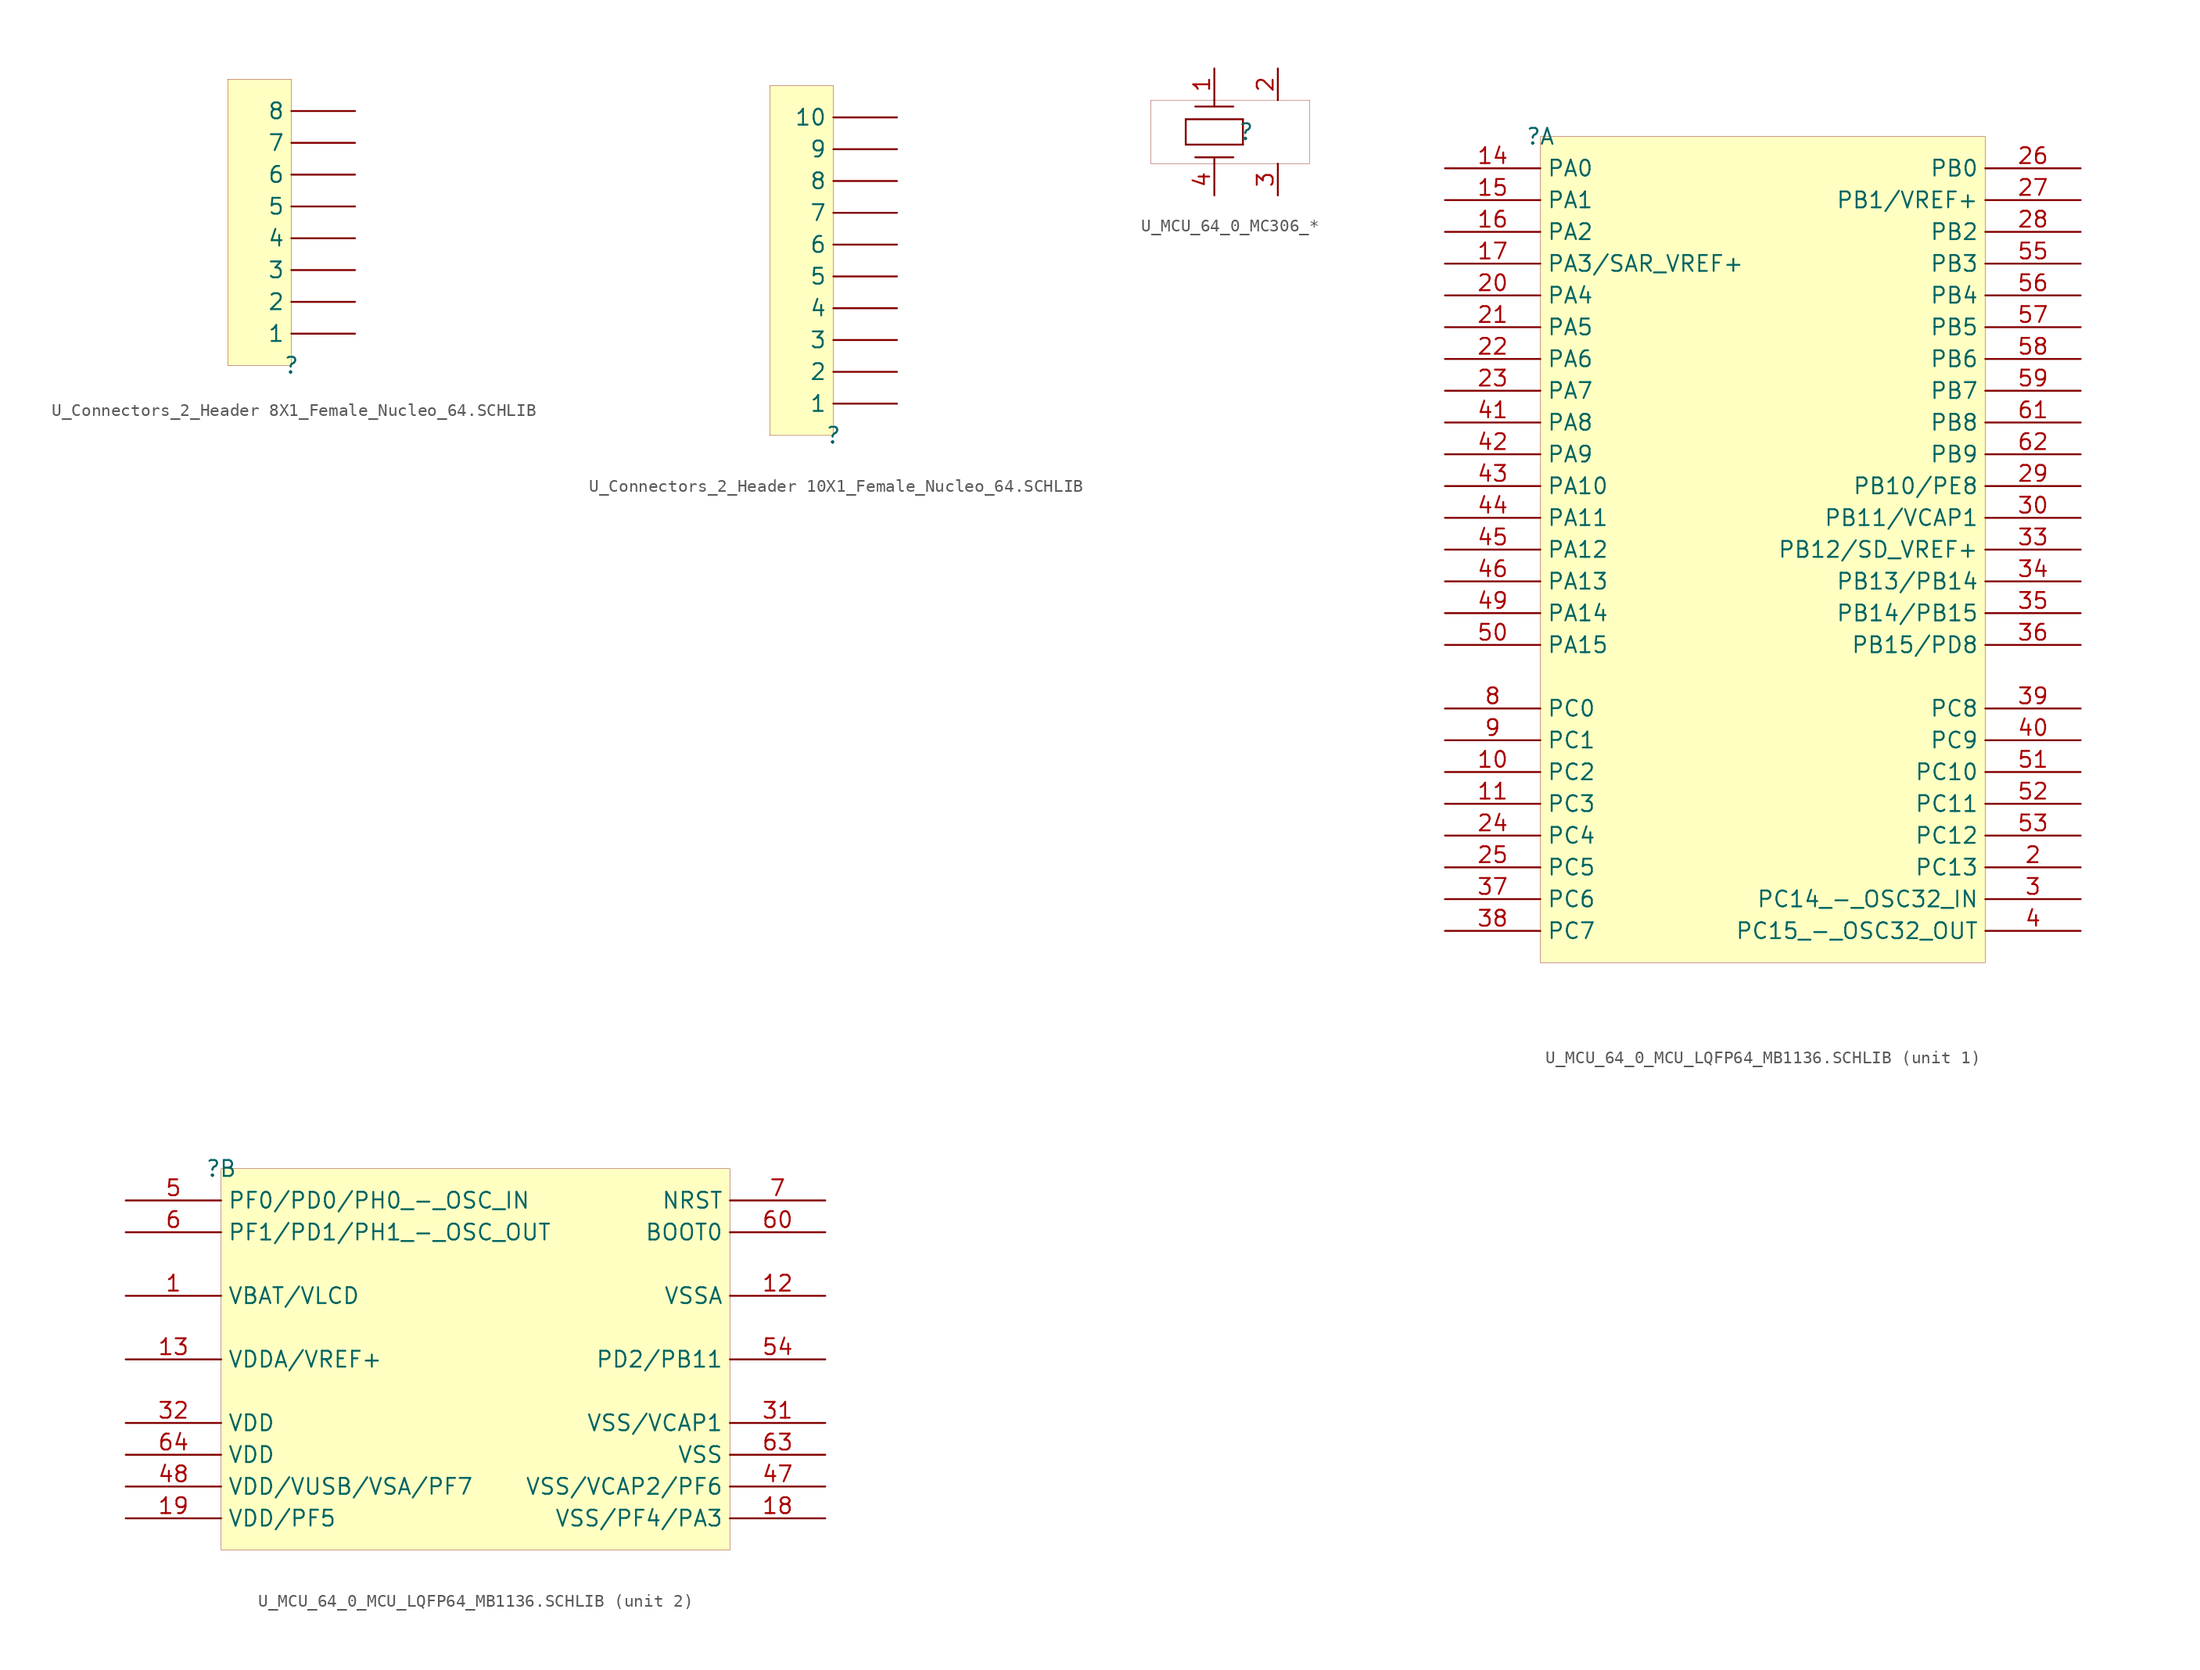
<source format=kicad_sym>
(kicad_symbol_lib
  (version 20241209)
  (generator "kicad_symbol_editor")
  (generator_version "9.0")
  (symbol "U_Connectors_2_Header 8X1_Female_Nucleo_64.SCHLIB"
    (pin_numbers
      (hide yes))
    (property "Reference" ""
      (at 0 0 0)
      (effects (font (size 1.27 1.27))))
    (property "Value" ""
      (at 0 0 0)
      (effects (font (size 1.27 1.27))))
    (symbol "U_Connectors_2_Header 8X1_Female_Nucleo_64.SCHLIB_1_0"
      (rectangle (start 0 22.86) (end -5.08 0) (stroke (width 0.025) (type solid) (color 128 0 0 1)) (fill (type background)))
      (pin passive line (at 5.08 20.32 180) (length 5.08) (name "8" (effects (font (size 1.27 1.27)))) (number "8" (effects (font (size 1.27 1.27)))))
      (pin passive line (at 5.08 17.78 180) (length 5.08) (name "7" (effects (font (size 1.27 1.27)))) (number "7" (effects (font (size 1.27 1.27)))))
      (pin passive line (at 5.08 15.24 180) (length 5.08) (name "6" (effects (font (size 1.27 1.27)))) (number "6" (effects (font (size 1.27 1.27)))))
      (pin passive line (at 5.08 12.7 180) (length 5.08) (name "5" (effects (font (size 1.27 1.27)))) (number "5" (effects (font (size 1.27 1.27)))))
      (pin passive line (at 5.08 10.16 180) (length 5.08) (name "4" (effects (font (size 1.27 1.27)))) (number "4" (effects (font (size 1.27 1.27)))))
      (pin passive line (at 5.08 7.62 180) (length 5.08) (name "3" (effects (font (size 1.27 1.27)))) (number "3" (effects (font (size 1.27 1.27)))))
      (pin passive line (at 5.08 5.08 180) (length 5.08) (name "2" (effects (font (size 1.27 1.27)))) (number "2" (effects (font (size 1.27 1.27)))))
      (pin passive line (at 5.08 2.54 180) (length 5.08) (name "1" (effects (font (size 1.27 1.27)))) (number "1" (effects (font (size 1.27 1.27)))))))
  (symbol "U_Connectors_2_Header 10X1_Female_Nucleo_64.SCHLIB"
    (pin_numbers
      (hide yes))
    (property "Reference" ""
      (at 0 0 0)
      (effects (font (size 1.27 1.27))))
    (property "Value" ""
      (at 0 0 0)
      (effects (font (size 1.27 1.27))))
    (symbol "U_Connectors_2_Header 10X1_Female_Nucleo_64.SCHLIB_1_0"
      (rectangle (start 0 27.94) (end -5.08 0) (stroke (width 0.025) (type solid) (color 128 0 0 1)) (fill (type background)))
      (pin passive line (at 5.08 25.4 180) (length 5.08) (name "10" (effects (font (size 1.27 1.27)))) (number "10" (effects (font (size 1.27 1.27)))))
      (pin passive line (at 5.08 22.86 180) (length 5.08) (name "9" (effects (font (size 1.27 1.27)))) (number "9" (effects (font (size 1.27 1.27)))))
      (pin passive line (at 5.08 20.32 180) (length 5.08) (name "8" (effects (font (size 1.27 1.27)))) (number "8" (effects (font (size 1.27 1.27)))))
      (pin passive line (at 5.08 17.78 180) (length 5.08) (name "7" (effects (font (size 1.27 1.27)))) (number "7" (effects (font (size 1.27 1.27)))))
      (pin passive line (at 5.08 15.24 180) (length 5.08) (name "6" (effects (font (size 1.27 1.27)))) (number "6" (effects (font (size 1.27 1.27)))))
      (pin passive line (at 5.08 12.7 180) (length 5.08) (name "5" (effects (font (size 1.27 1.27)))) (number "5" (effects (font (size 1.27 1.27)))))
      (pin passive line (at 5.08 10.16 180) (length 5.08) (name "4" (effects (font (size 1.27 1.27)))) (number "4" (effects (font (size 1.27 1.27)))))
      (pin passive line (at 5.08 7.62 180) (length 5.08) (name "3" (effects (font (size 1.27 1.27)))) (number "3" (effects (font (size 1.27 1.27)))))
      (pin passive line (at 5.08 5.08 180) (length 5.08) (name "2" (effects (font (size 1.27 1.27)))) (number "2" (effects (font (size 1.27 1.27)))))
      (pin passive line (at 5.08 2.54 180) (length 5.08) (name "1" (effects (font (size 1.27 1.27)))) (number "1" (effects (font (size 1.27 1.27)))))))
  (symbol "U_MCU_64_0_MC306_*"
    (pin_names
      (hide yes))
    (property "Reference" ""
      (at 0 0 0)
      (effects (font (size 1.27 1.27))))
    (property "Value" ""
      (at 0 0 0)
      (effects (font (size 1.27 1.27))))
    (symbol "U_MCU_64_0_MC306_*_1_0"
      (polyline (pts (xy -4.826 1.016) (xy -0.254 1.016)) (stroke (width 0) (type solid)) (fill (type none)))
      (polyline (pts (xy -4.826 -1.016) (xy -4.826 1.016)) (stroke (width 0) (type solid)) (fill (type none)))
      (polyline (pts (xy -4.826 -1.016) (xy -0.254 -1.016)) (stroke (width 0) (type solid)) (fill (type none)))
      (polyline (pts (xy -4.064 2.032) (xy -1.016 2.032)) (stroke (width 0) (type solid)) (fill (type none)))
      (polyline (pts (xy -4.064 -2.032) (xy -1.016 -2.032)) (stroke (width 0) (type solid)) (fill (type none)))
      (polyline (pts (xy -2.54 2.032) (xy -2.54 2.54)) (stroke (width 0) (type solid)) (fill (type none)))
      (polyline (pts (xy -2.54 -2.54) (xy -2.54 -2.032)) (stroke (width 0) (type solid)) (fill (type none)))
      (polyline (pts (xy -0.254 -1.016) (xy -0.254 1.016)) (stroke (width 0) (type solid)) (fill (type none)))
      (rectangle (start 5.08 2.54) (end -7.62 -2.54) (stroke (width 0.025) (type solid) (color 128 0 0 1)) (fill (type none)))
      (pin passive line (at -2.54 5.08 270) (length 2.54) (name "1" (effects (font (size 1.27 1.27)))) (number "1" (effects (font (size 1.27 1.27)))))
      (pin passive line (at -2.54 -5.08 90) (length 2.54) (name "4" (effects (font (size 1.27 1.27)))) (number "4" (effects (font (size 1.27 1.27)))))
      (pin passive line (at 2.54 5.08 270) (length 2.54) (name "2" (effects (font (size 1.27 1.27)))) (number "2" (effects (font (size 1.27 1.27)))))
      (pin passive line (at 2.54 -5.08 90) (length 2.54) (name "3" (effects (font (size 1.27 1.27)))) (number "3" (effects (font (size 1.27 1.27)))))))
  (symbol "U_MCU_64_0_MCU_LQFP64_MB1136.SCHLIB"
    (property "Reference" ""
      (at 0 0 0)
      (effects (font (size 1.27 1.27))))
    (property "Value" ""
      (at 0 0 0)
      (effects (font (size 1.27 1.27))))
    (symbol "U_MCU_64_0_MCU_LQFP64_MB1136.SCHLIB_1_0"
      (rectangle (start 35.56 0) (end 0 -66.04) (stroke (width 0.025) (type solid) (color 128 0 0 1)) (fill (type background)))
      (pin passive line (at -7.62 -2.54 0) (length 7.62) (name "PA0" (effects (font (size 1.27 1.27)))) (number "14" (effects (font (size 1.27 1.27)))))
      (pin passive line (at -7.62 -5.08 0) (length 7.62) (name "PA1" (effects (font (size 1.27 1.27)))) (number "15" (effects (font (size 1.27 1.27)))))
      (pin passive line (at -7.62 -7.62 0) (length 7.62) (name "PA2" (effects (font (size 1.27 1.27)))) (number "16" (effects (font (size 1.27 1.27)))))
      (pin passive line (at -7.62 -10.16 0) (length 7.62) (name "PA3/SAR_VREF+" (effects (font (size 1.27 1.27)))) (number "17" (effects (font (size 1.27 1.27)))))
      (pin passive line (at -7.62 -12.7 0) (length 7.62) (name "PA4" (effects (font (size 1.27 1.27)))) (number "20" (effects (font (size 1.27 1.27)))))
      (pin passive line (at -7.62 -15.24 0) (length 7.62) (name "PA5" (effects (font (size 1.27 1.27)))) (number "21" (effects (font (size 1.27 1.27)))))
      (pin passive line (at -7.62 -17.78 0) (length 7.62) (name "PA6" (effects (font (size 1.27 1.27)))) (number "22" (effects (font (size 1.27 1.27)))))
      (pin passive line (at -7.62 -20.32 0) (length 7.62) (name "PA7" (effects (font (size 1.27 1.27)))) (number "23" (effects (font (size 1.27 1.27)))))
      (pin passive line (at -7.62 -22.86 0) (length 7.62) (name "PA8" (effects (font (size 1.27 1.27)))) (number "41" (effects (font (size 1.27 1.27)))))
      (pin passive line (at -7.62 -25.4 0) (length 7.62) (name "PA9" (effects (font (size 1.27 1.27)))) (number "42" (effects (font (size 1.27 1.27)))))
      (pin passive line (at -7.62 -27.94 0) (length 7.62) (name "PA10" (effects (font (size 1.27 1.27)))) (number "43" (effects (font (size 1.27 1.27)))))
      (pin passive line (at -7.62 -30.48 0) (length 7.62) (name "PA11" (effects (font (size 1.27 1.27)))) (number "44" (effects (font (size 1.27 1.27)))))
      (pin passive line (at -7.62 -33.02 0) (length 7.62) (name "PA12" (effects (font (size 1.27 1.27)))) (number "45" (effects (font (size 1.27 1.27)))))
      (pin passive line (at -7.62 -35.56 0) (length 7.62) (name "PA13" (effects (font (size 1.27 1.27)))) (number "46" (effects (font (size 1.27 1.27)))))
      (pin passive line (at -7.62 -38.1 0) (length 7.62) (name "PA14" (effects (font (size 1.27 1.27)))) (number "49" (effects (font (size 1.27 1.27)))))
      (pin passive line (at -7.62 -40.64 0) (length 7.62) (name "PA15" (effects (font (size 1.27 1.27)))) (number "50" (effects (font (size 1.27 1.27)))))
      (pin passive line (at -7.62 -45.72 0) (length 7.62) (name "PC0" (effects (font (size 1.27 1.27)))) (number "8" (effects (font (size 1.27 1.27)))))
      (pin passive line (at -7.62 -48.26 0) (length 7.62) (name "PC1" (effects (font (size 1.27 1.27)))) (number "9" (effects (font (size 1.27 1.27)))))
      (pin passive line (at -7.62 -50.8 0) (length 7.62) (name "PC2" (effects (font (size 1.27 1.27)))) (number "10" (effects (font (size 1.27 1.27)))))
      (pin passive line (at -7.62 -53.34 0) (length 7.62) (name "PC3" (effects (font (size 1.27 1.27)))) (number "11" (effects (font (size 1.27 1.27)))))
      (pin passive line (at -7.62 -55.88 0) (length 7.62) (name "PC4" (effects (font (size 1.27 1.27)))) (number "24" (effects (font (size 1.27 1.27)))))
      (pin passive line (at -7.62 -58.42 0) (length 7.62) (name "PC5" (effects (font (size 1.27 1.27)))) (number "25" (effects (font (size 1.27 1.27)))))
      (pin passive line (at -7.62 -60.96 0) (length 7.62) (name "PC6" (effects (font (size 1.27 1.27)))) (number "37" (effects (font (size 1.27 1.27)))))
      (pin passive line (at -7.62 -63.5 0) (length 7.62) (name "PC7" (effects (font (size 1.27 1.27)))) (number "38" (effects (font (size 1.27 1.27)))))
      (pin passive line (at 43.18 -2.54 180) (length 7.62) (name "PB0" (effects (font (size 1.27 1.27)))) (number "26" (effects (font (size 1.27 1.27)))))
      (pin passive line (at 43.18 -5.08 180) (length 7.62) (name "PB1/VREF+" (effects (font (size 1.27 1.27)))) (number "27" (effects (font (size 1.27 1.27)))))
      (pin passive line (at 43.18 -7.62 180) (length 7.62) (name "PB2" (effects (font (size 1.27 1.27)))) (number "28" (effects (font (size 1.27 1.27)))))
      (pin passive line (at 43.18 -10.16 180) (length 7.62) (name "PB3" (effects (font (size 1.27 1.27)))) (number "55" (effects (font (size 1.27 1.27)))))
      (pin passive line (at 43.18 -12.7 180) (length 7.62) (name "PB4" (effects (font (size 1.27 1.27)))) (number "56" (effects (font (size 1.27 1.27)))))
      (pin passive line (at 43.18 -15.24 180) (length 7.62) (name "PB5" (effects (font (size 1.27 1.27)))) (number "57" (effects (font (size 1.27 1.27)))))
      (pin passive line (at 43.18 -17.78 180) (length 7.62) (name "PB6" (effects (font (size 1.27 1.27)))) (number "58" (effects (font (size 1.27 1.27)))))
      (pin passive line (at 43.18 -20.32 180) (length 7.62) (name "PB7" (effects (font (size 1.27 1.27)))) (number "59" (effects (font (size 1.27 1.27)))))
      (pin passive line (at 43.18 -22.86 180) (length 7.62) (name "PB8" (effects (font (size 1.27 1.27)))) (number "61" (effects (font (size 1.27 1.27)))))
      (pin passive line (at 43.18 -25.4 180) (length 7.62) (name "PB9" (effects (font (size 1.27 1.27)))) (number "62" (effects (font (size 1.27 1.27)))))
      (pin passive line (at 43.18 -27.94 180) (length 7.62) (name "PB10/PE8" (effects (font (size 1.27 1.27)))) (number "29" (effects (font (size 1.27 1.27)))))
      (pin passive line (at 43.18 -30.48 180) (length 7.62) (name "PB11/VCAP1" (effects (font (size 1.27 1.27)))) (number "30" (effects (font (size 1.27 1.27)))))
      (pin passive line (at 43.18 -33.02 180) (length 7.62) (name "PB12/SD_VREF+" (effects (font (size 1.27 1.27)))) (number "33" (effects (font (size 1.27 1.27)))))
      (pin passive line (at 43.18 -35.56 180) (length 7.62) (name "PB13/PB14" (effects (font (size 1.27 1.27)))) (number "34" (effects (font (size 1.27 1.27)))))
      (pin passive line (at 43.18 -38.1 180) (length 7.62) (name "PB14/PB15" (effects (font (size 1.27 1.27)))) (number "35" (effects (font (size 1.27 1.27)))))
      (pin passive line (at 43.18 -40.64 180) (length 7.62) (name "PB15/PD8" (effects (font (size 1.27 1.27)))) (number "36" (effects (font (size 1.27 1.27)))))
      (pin passive line (at 43.18 -45.72 180) (length 7.62) (name "PC8" (effects (font (size 1.27 1.27)))) (number "39" (effects (font (size 1.27 1.27)))))
      (pin passive line (at 43.18 -48.26 180) (length 7.62) (name "PC9" (effects (font (size 1.27 1.27)))) (number "40" (effects (font (size 1.27 1.27)))))
      (pin passive line (at 43.18 -50.8 180) (length 7.62) (name "PC10" (effects (font (size 1.27 1.27)))) (number "51" (effects (font (size 1.27 1.27)))))
      (pin passive line (at 43.18 -53.34 180) (length 7.62) (name "PC11" (effects (font (size 1.27 1.27)))) (number "52" (effects (font (size 1.27 1.27)))))
      (pin passive line (at 43.18 -55.88 180) (length 7.62) (name "PC12" (effects (font (size 1.27 1.27)))) (number "53" (effects (font (size 1.27 1.27)))))
      (pin passive line (at 43.18 -58.42 180) (length 7.62) (name "PC13" (effects (font (size 1.27 1.27)))) (number "2" (effects (font (size 1.27 1.27)))))
      (pin passive line (at 43.18 -60.96 180) (length 7.62) (name "PC14_-_OSC32_IN" (effects (font (size 1.27 1.27)))) (number "3" (effects (font (size 1.27 1.27)))))
      (pin passive line (at 43.18 -63.5 180) (length 7.62) (name "PC15_-_OSC32_OUT" (effects (font (size 1.27 1.27)))) (number "4" (effects (font (size 1.27 1.27))))))
    (symbol "U_MCU_64_0_MCU_LQFP64_MB1136.SCHLIB_2_0"
      (rectangle (start 40.64 0) (end 0 -30.48) (stroke (width 0.025) (type solid) (color 128 0 0 1)) (fill (type background)))
      (pin passive line (at -7.62 -2.54 0) (length 7.62) (name "PF0/PD0/PH0_-_OSC_IN" (effects (font (size 1.27 1.27)))) (number "5" (effects (font (size 1.27 1.27)))))
      (pin passive line (at -7.62 -5.08 0) (length 7.62) (name "PF1/PD1/PH1_-_OSC_OUT" (effects (font (size 1.27 1.27)))) (number "6" (effects (font (size 1.27 1.27)))))
      (pin passive line (at -7.62 -10.16 0) (length 7.62) (name "VBAT/VLCD" (effects (font (size 1.27 1.27)))) (number "1" (effects (font (size 1.27 1.27)))))
      (pin passive line (at -7.62 -15.24 0) (length 7.62) (name "VDDA/VREF+" (effects (font (size 1.27 1.27)))) (number "13" (effects (font (size 1.27 1.27)))))
      (pin passive line (at -7.62 -20.32 0) (length 7.62) (name "VDD" (effects (font (size 1.27 1.27)))) (number "32" (effects (font (size 1.27 1.27)))))
      (pin passive line (at -7.62 -22.86 0) (length 7.62) (name "VDD" (effects (font (size 1.27 1.27)))) (number "64" (effects (font (size 1.27 1.27)))))
      (pin passive line (at -7.62 -25.4 0) (length 7.62) (name "VDD/VUSB/VSA/PF7" (effects (font (size 1.27 1.27)))) (number "48" (effects (font (size 1.27 1.27)))))
      (pin passive line (at -7.62 -27.94 0) (length 7.62) (name "VDD/PF5" (effects (font (size 1.27 1.27)))) (number "19" (effects (font (size 1.27 1.27)))))
      (pin passive line (at 48.26 -2.54 180) (length 7.62) (name "NRST" (effects (font (size 1.27 1.27)))) (number "7" (effects (font (size 1.27 1.27)))))
      (pin passive line (at 48.26 -5.08 180) (length 7.62) (name "BOOT0" (effects (font (size 1.27 1.27)))) (number "60" (effects (font (size 1.27 1.27)))))
      (pin passive line (at 48.26 -10.16 180) (length 7.62) (name "VSSA" (effects (font (size 1.27 1.27)))) (number "12" (effects (font (size 1.27 1.27)))))
      (pin passive line (at 48.26 -15.24 180) (length 7.62) (name "PD2/PB11" (effects (font (size 1.27 1.27)))) (number "54" (effects (font (size 1.27 1.27)))))
      (pin passive line (at 48.26 -20.32 180) (length 7.62) (name "VSS/VCAP1" (effects (font (size 1.27 1.27)))) (number "31" (effects (font (size 1.27 1.27)))))
      (pin passive line (at 48.26 -22.86 180) (length 7.62) (name "VSS" (effects (font (size 1.27 1.27)))) (number "63" (effects (font (size 1.27 1.27)))))
      (pin passive line (at 48.26 -25.4 180) (length 7.62) (name "VSS/VCAP2/PF6" (effects (font (size 1.27 1.27)))) (number "47" (effects (font (size 1.27 1.27)))))
      (pin passive line (at 48.26 -27.94 180) (length 7.62) (name "VSS/PF4/PA3" (effects (font (size 1.27 1.27)))) (number "18" (effects (font (size 1.27 1.27))))))))
</source>
